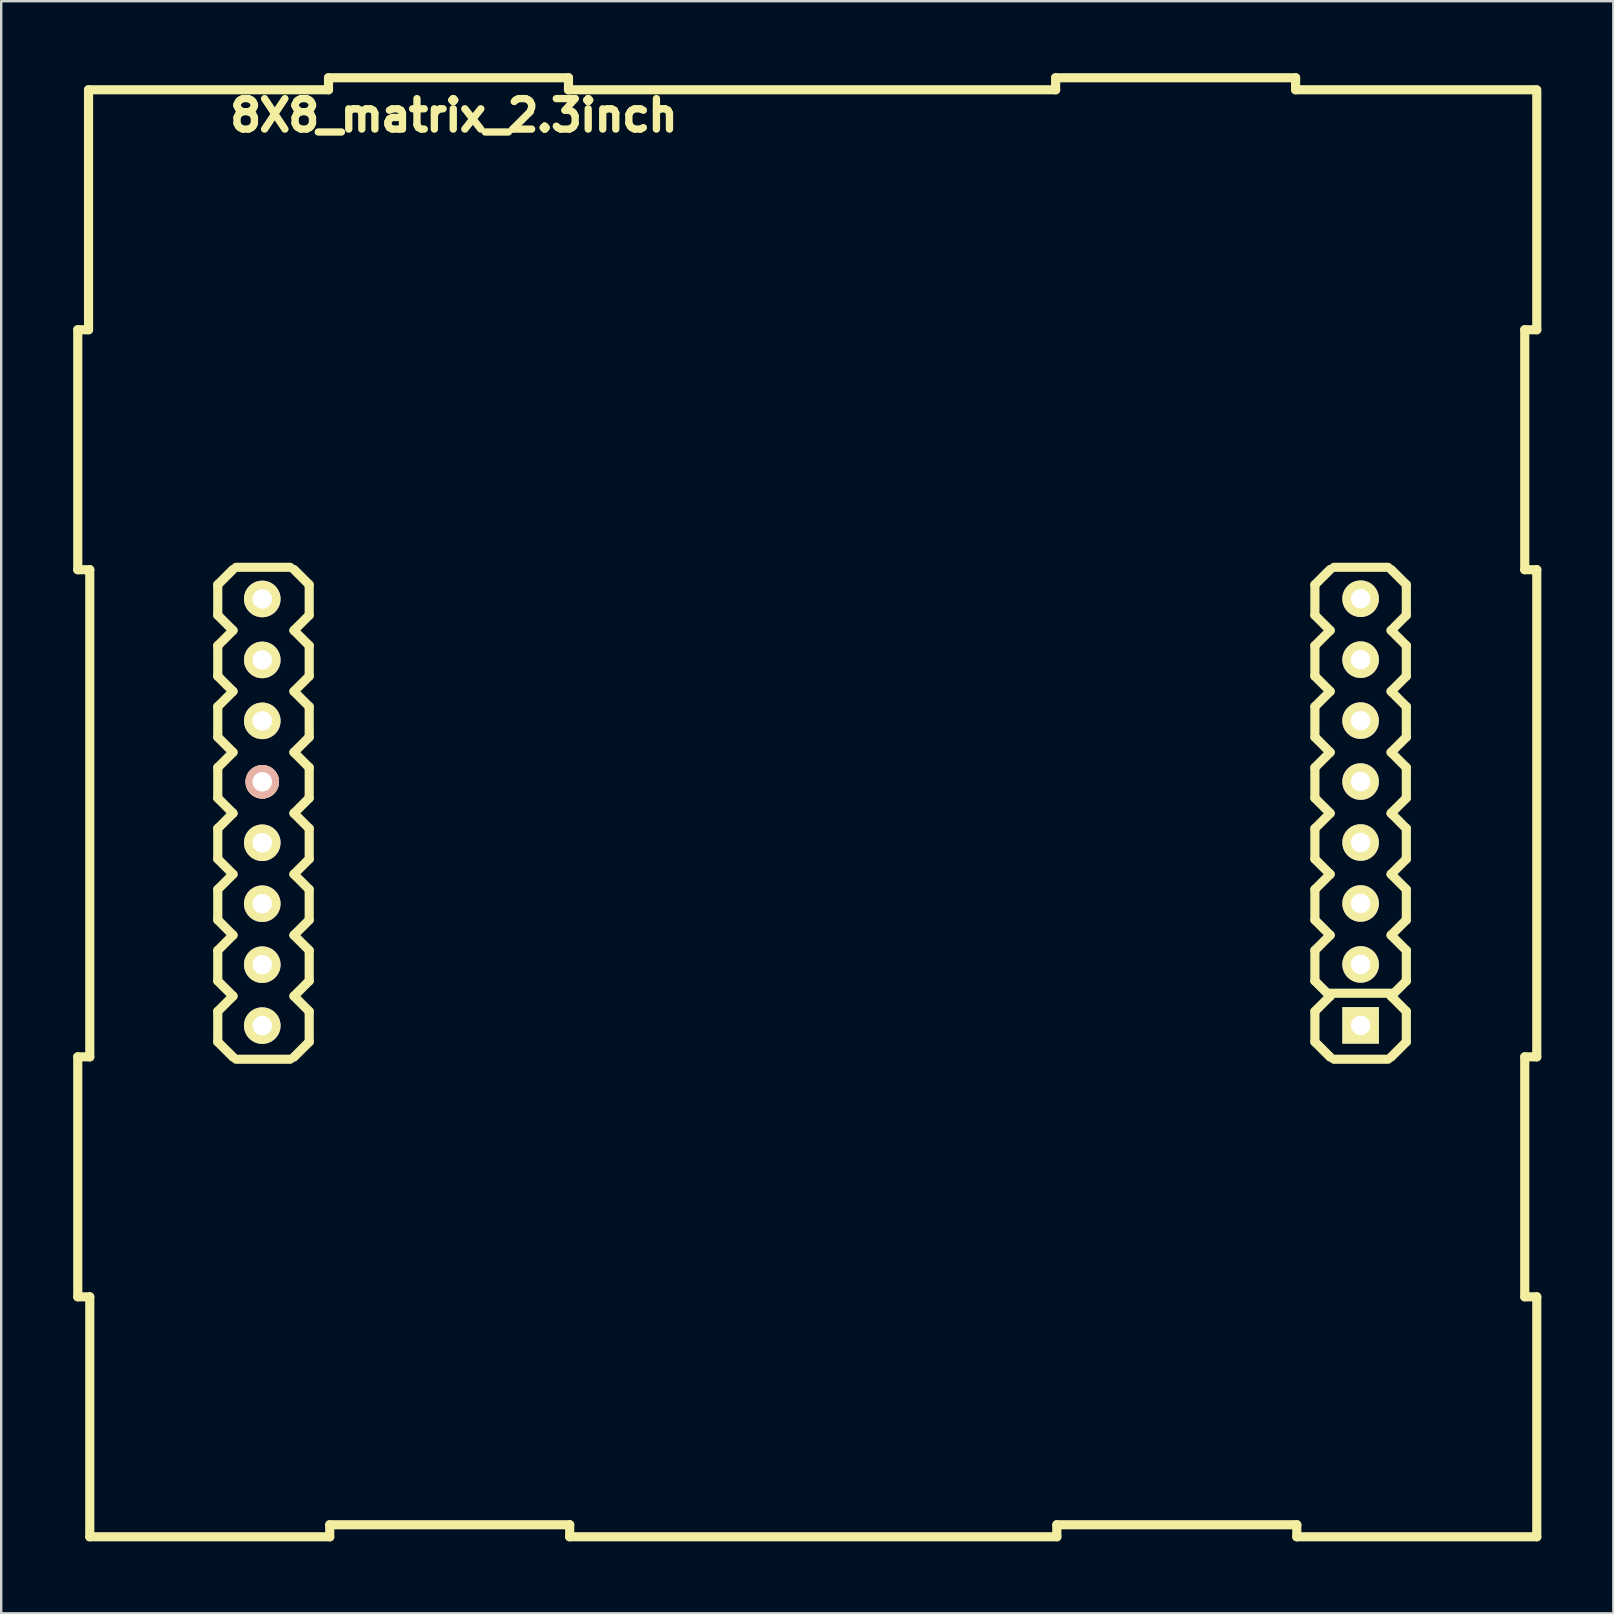
<source format=kicad_pcb>
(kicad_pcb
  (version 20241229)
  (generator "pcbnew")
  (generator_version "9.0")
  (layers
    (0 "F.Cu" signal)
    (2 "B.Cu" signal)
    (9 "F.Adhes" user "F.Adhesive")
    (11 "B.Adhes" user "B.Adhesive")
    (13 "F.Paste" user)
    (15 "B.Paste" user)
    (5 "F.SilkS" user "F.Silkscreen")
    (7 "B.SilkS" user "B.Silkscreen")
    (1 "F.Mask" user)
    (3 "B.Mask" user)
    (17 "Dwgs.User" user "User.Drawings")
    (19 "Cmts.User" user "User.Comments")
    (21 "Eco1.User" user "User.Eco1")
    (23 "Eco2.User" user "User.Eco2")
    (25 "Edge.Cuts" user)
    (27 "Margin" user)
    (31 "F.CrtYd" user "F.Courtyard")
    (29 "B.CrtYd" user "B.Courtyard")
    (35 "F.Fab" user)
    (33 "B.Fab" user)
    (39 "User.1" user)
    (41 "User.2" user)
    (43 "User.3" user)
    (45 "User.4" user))
  (footprint "8X8_matrix_2.3inch"
    (layer "F.Cu")
    (at 30.79 30.841)
    (property "Reference" "8X8_matrix_2.3inch" (at -14.922 -29.083 0) (layer "F.SilkS") (effects (font (size 1.27 1.27) (thickness 0.305))))
    (attr through_hole)
    (fp_line (start -30.599 -20.15) (end -30.599 -10.15) (stroke (width 0.381) (type solid)) (layer "F.SilkS"))
    (fp_line (start -30.599 -10.15) (end -30.099 -10.15) (stroke (width 0.381) (type solid)) (layer "F.SilkS"))
    (fp_line (start -30.599 10.15) (end -30.599 20.15) (stroke (width 0.381) (type solid)) (layer "F.SilkS"))
    (fp_line (start -30.599 20.15) (end -30.099 20.15) (stroke (width 0.381) (type solid)) (layer "F.SilkS"))
    (fp_line (start -30.15 -30.15) (end -30.15 -20.15) (stroke (width 0.381) (type solid)) (layer "F.SilkS"))
    (fp_line (start -30.15 -20.15) (end -30.599 -20.15) (stroke (width 0.381) (type solid)) (layer "F.SilkS"))
    (fp_line (start -30.099 -10.15) (end -30.099 10.15) (stroke (width 0.381) (type solid)) (layer "F.SilkS"))
    (fp_line (start -30.099 10.15) (end -30.599 10.15) (stroke (width 0.381) (type solid)) (layer "F.SilkS"))
    (fp_line (start -30.099 20.15) (end -30.099 30.15) (stroke (width 0.381) (type solid)) (layer "F.SilkS"))
    (fp_line (start -30.099 30.15) (end -20.099 30.15) (stroke (width 0.381) (type solid)) (layer "F.SilkS"))
    (fp_line (start -24.765 -9.525) (end -24.13 -10.16) (stroke (width 0.381) (type solid)) (layer "F.SilkS"))
    (fp_line (start -24.765 -8.255) (end -24.765 -9.525) (stroke (width 0.381) (type solid)) (layer "F.SilkS"))
    (fp_line (start -24.765 -6.985) (end -24.13 -7.62) (stroke (width 0.381) (type solid)) (layer "F.SilkS"))
    (fp_line (start -24.765 -5.715) (end -24.765 -6.985) (stroke (width 0.381) (type solid)) (layer "F.SilkS"))
    (fp_line (start -24.765 -4.445) (end -24.13 -5.08) (stroke (width 0.381) (type solid)) (layer "F.SilkS"))
    (fp_line (start -24.765 -3.175) (end -24.765 -4.445) (stroke (width 0.381) (type solid)) (layer "F.SilkS"))
    (fp_line (start -24.765 -1.905) (end -24.13 -2.54) (stroke (width 0.381) (type solid)) (layer "F.SilkS"))
    (fp_line (start -24.765 -0.635) (end -24.765 -1.905) (stroke (width 0.381) (type solid)) (layer "F.SilkS"))
    (fp_line (start -24.765 0.635) (end -24.13 0) (stroke (width 0.381) (type solid)) (layer "F.SilkS"))
    (fp_line (start -24.765 1.905) (end -24.765 0.635) (stroke (width 0.381) (type solid)) (layer "F.SilkS"))
    (fp_line (start -24.765 3.175) (end -24.13 2.54) (stroke (width 0.381) (type solid)) (layer "F.SilkS"))
    (fp_line (start -24.765 4.445) (end -24.765 3.175) (stroke (width 0.381) (type solid)) (layer "F.SilkS"))
    (fp_line (start -24.765 5.715) (end -24.13 5.08) (stroke (width 0.381) (type solid)) (layer "F.SilkS"))
    (fp_line (start -24.765 6.985) (end -24.765 5.715) (stroke (width 0.381) (type solid)) (layer "F.SilkS"))
    (fp_line (start -24.765 8.255) (end -24.13 7.62) (stroke (width 0.381) (type solid)) (layer "F.SilkS"))
    (fp_line (start -24.765 9.525) (end -24.765 8.255) (stroke (width 0.381) (type solid)) (layer "F.SilkS"))
    (fp_line (start -24.13 -7.62) (end -24.765 -8.255) (stroke (width 0.381) (type solid)) (layer "F.SilkS"))
    (fp_line (start -24.13 -5.08) (end -24.765 -5.715) (stroke (width 0.381) (type solid)) (layer "F.SilkS"))
    (fp_line (start -24.13 -2.54) (end -24.765 -3.175) (stroke (width 0.381) (type solid)) (layer "F.SilkS"))
    (fp_line (start -24.13 0) (end -24.765 -0.635) (stroke (width 0.381) (type solid)) (layer "F.SilkS"))
    (fp_line (start -24.13 2.54) (end -24.765 1.905) (stroke (width 0.381) (type solid)) (layer "F.SilkS"))
    (fp_line (start -24.13 5.08) (end -24.765 4.445) (stroke (width 0.381) (type solid)) (layer "F.SilkS"))
    (fp_line (start -24.13 7.62) (end -24.765 6.985) (stroke (width 0.381) (type solid)) (layer "F.SilkS"))
    (fp_line (start -24.13 10.16) (end -24.765 9.525) (stroke (width 0.381) (type solid)) (layer "F.SilkS"))
    (fp_line (start -24 -10.25) (end -21.75 -10.25) (stroke (width 0.381) (type solid)) (layer "F.SilkS"))
    (fp_line (start -24 10.25) (end -21.75 10.25) (stroke (width 0.381) (type solid)) (layer "F.SilkS"))
    (fp_line (start -21.59 -10.16) (end -20.955 -9.525) (stroke (width 0.381) (type solid)) (layer "F.SilkS"))
    (fp_line (start -21.59 -7.62) (end -20.955 -6.985) (stroke (width 0.381) (type solid)) (layer "F.SilkS"))
    (fp_line (start -21.59 -5.08) (end -20.955 -4.445) (stroke (width 0.381) (type solid)) (layer "F.SilkS"))
    (fp_line (start -21.59 -2.54) (end -20.955 -1.905) (stroke (width 0.381) (type solid)) (layer "F.SilkS"))
    (fp_line (start -21.59 0) (end -20.955 0.635) (stroke (width 0.381) (type solid)) (layer "F.SilkS"))
    (fp_line (start -21.59 2.54) (end -20.955 3.175) (stroke (width 0.381) (type solid)) (layer "F.SilkS"))
    (fp_line (start -21.59 5.08) (end -20.955 5.715) (stroke (width 0.381) (type solid)) (layer "F.SilkS"))
    (fp_line (start -21.59 7.62) (end -20.955 8.255) (stroke (width 0.381) (type solid)) (layer "F.SilkS"))
    (fp_line (start -20.955 -9.525) (end -20.955 -8.255) (stroke (width 0.381) (type solid)) (layer "F.SilkS"))
    (fp_line (start -20.955 -8.255) (end -21.59 -7.62) (stroke (width 0.381) (type solid)) (layer "F.SilkS"))
    (fp_line (start -20.955 -6.985) (end -20.955 -5.715) (stroke (width 0.381) (type solid)) (layer "F.SilkS"))
    (fp_line (start -20.955 -5.715) (end -21.59 -5.08) (stroke (width 0.381) (type solid)) (layer "F.SilkS"))
    (fp_line (start -20.955 -4.445) (end -20.955 -3.175) (stroke (width 0.381) (type solid)) (layer "F.SilkS"))
    (fp_line (start -20.955 -3.175) (end -21.59 -2.54) (stroke (width 0.381) (type solid)) (layer "F.SilkS"))
    (fp_line (start -20.955 -1.905) (end -20.955 -0.635) (stroke (width 0.381) (type solid)) (layer "F.SilkS"))
    (fp_line (start -20.955 -0.635) (end -21.59 0) (stroke (width 0.381) (type solid)) (layer "F.SilkS"))
    (fp_line (start -20.955 0.635) (end -20.955 1.905) (stroke (width 0.381) (type solid)) (layer "F.SilkS"))
    (fp_line (start -20.955 1.905) (end -21.59 2.54) (stroke (width 0.381) (type solid)) (layer "F.SilkS"))
    (fp_line (start -20.955 3.175) (end -20.955 4.445) (stroke (width 0.381) (type solid)) (layer "F.SilkS"))
    (fp_line (start -20.955 4.445) (end -21.59 5.08) (stroke (width 0.381) (type solid)) (layer "F.SilkS"))
    (fp_line (start -20.955 5.715) (end -20.955 6.985) (stroke (width 0.381) (type solid)) (layer "F.SilkS"))
    (fp_line (start -20.955 6.985) (end -21.59 7.62) (stroke (width 0.381) (type solid)) (layer "F.SilkS"))
    (fp_line (start -20.955 8.255) (end -20.955 9.525) (stroke (width 0.381) (type solid)) (layer "F.SilkS"))
    (fp_line (start -20.955 9.525) (end -21.59 10.16) (stroke (width 0.381) (type solid)) (layer "F.SilkS"))
    (fp_line (start -20.15 -30.65) (end -20.15 -30.15) (stroke (width 0.381) (type solid)) (layer "F.SilkS"))
    (fp_line (start -20.15 -30.15) (end -30.15 -30.15) (stroke (width 0.381) (type solid)) (layer "F.SilkS"))
    (fp_line (start -20.099 29.649) (end -10.099 29.649) (stroke (width 0.381) (type solid)) (layer "F.SilkS"))
    (fp_line (start -20.099 30.15) (end -20.099 29.649) (stroke (width 0.381) (type solid)) (layer "F.SilkS"))
    (fp_line (start -10.15 -30.65) (end -20.15 -30.65) (stroke (width 0.381) (type solid)) (layer "F.SilkS"))
    (fp_line (start -10.15 -30.15) (end -10.15 -30.65) (stroke (width 0.381) (type solid)) (layer "F.SilkS"))
    (fp_line (start -10.099 29.649) (end -10.099 30.15) (stroke (width 0.381) (type solid)) (layer "F.SilkS"))
    (fp_line (start -10.099 30.15) (end 10.201 30.15) (stroke (width 0.381) (type solid)) (layer "F.SilkS"))
    (fp_line (start 10.15 -30.65) (end 10.15 -30.15) (stroke (width 0.381) (type solid)) (layer "F.SilkS"))
    (fp_line (start 10.15 -30.15) (end -10.15 -30.15) (stroke (width 0.381) (type solid)) (layer "F.SilkS"))
    (fp_line (start 10.201 29.649) (end 20.201 29.649) (stroke (width 0.381) (type solid)) (layer "F.SilkS"))
    (fp_line (start 10.201 30.15) (end 10.201 29.649) (stroke (width 0.381) (type solid)) (layer "F.SilkS"))
    (fp_line (start 20.15 -30.65) (end 10.15 -30.65) (stroke (width 0.381) (type solid)) (layer "F.SilkS"))
    (fp_line (start 20.15 -30.15) (end 20.15 -30.65) (stroke (width 0.381) (type solid)) (layer "F.SilkS"))
    (fp_line (start 20.201 29.649) (end 20.201 30.15) (stroke (width 0.381) (type solid)) (layer "F.SilkS"))
    (fp_line (start 20.201 30.15) (end 30.201 30.15) (stroke (width 0.381) (type solid)) (layer "F.SilkS"))
    (fp_line (start 20.955 -9.525) (end 21.59 -10.16) (stroke (width 0.381) (type solid)) (layer "F.SilkS"))
    (fp_line (start 20.955 -8.255) (end 20.955 -9.525) (stroke (width 0.381) (type solid)) (layer "F.SilkS"))
    (fp_line (start 20.955 -6.985) (end 21.59 -7.62) (stroke (width 0.381) (type solid)) (layer "F.SilkS"))
    (fp_line (start 20.955 -5.715) (end 20.955 -6.985) (stroke (width 0.381) (type solid)) (layer "F.SilkS"))
    (fp_line (start 20.955 -4.445) (end 21.59 -5.08) (stroke (width 0.381) (type solid)) (layer "F.SilkS"))
    (fp_line (start 20.955 -3.175) (end 20.955 -4.445) (stroke (width 0.381) (type solid)) (layer "F.SilkS"))
    (fp_line (start 20.955 -1.905) (end 21.59 -2.54) (stroke (width 0.381) (type solid)) (layer "F.SilkS"))
    (fp_line (start 20.955 -0.635) (end 20.955 -1.905) (stroke (width 0.381) (type solid)) (layer "F.SilkS"))
    (fp_line (start 20.955 0.635) (end 21.59 0) (stroke (width 0.381) (type solid)) (layer "F.SilkS"))
    (fp_line (start 20.955 1.905) (end 20.955 0.635) (stroke (width 0.381) (type solid)) (layer "F.SilkS"))
    (fp_line (start 20.955 3.175) (end 21.59 2.54) (stroke (width 0.381) (type solid)) (layer "F.SilkS"))
    (fp_line (start 20.955 4.445) (end 20.955 3.175) (stroke (width 0.381) (type solid)) (layer "F.SilkS"))
    (fp_line (start 20.955 5.715) (end 21.59 5.08) (stroke (width 0.381) (type solid)) (layer "F.SilkS"))
    (fp_line (start 20.955 6.985) (end 20.955 5.715) (stroke (width 0.381) (type solid)) (layer "F.SilkS"))
    (fp_line (start 20.955 8.255) (end 21.59 7.62) (stroke (width 0.381) (type solid)) (layer "F.SilkS"))
    (fp_line (start 20.955 9.525) (end 20.955 8.255) (stroke (width 0.381) (type solid)) (layer "F.SilkS"))
    (fp_line (start 21.5 7.5) (end 24.25 7.5) (stroke (width 0.381) (type solid)) (layer "F.SilkS"))
    (fp_line (start 21.59 -7.62) (end 20.955 -8.255) (stroke (width 0.381) (type solid)) (layer "F.SilkS"))
    (fp_line (start 21.59 -5.08) (end 20.955 -5.715) (stroke (width 0.381) (type solid)) (layer "F.SilkS"))
    (fp_line (start 21.59 -2.54) (end 20.955 -3.175) (stroke (width 0.381) (type solid)) (layer "F.SilkS"))
    (fp_line (start 21.59 0) (end 20.955 -0.635) (stroke (width 0.381) (type solid)) (layer "F.SilkS"))
    (fp_line (start 21.59 2.54) (end 20.955 1.905) (stroke (width 0.381) (type solid)) (layer "F.SilkS"))
    (fp_line (start 21.59 5.08) (end 20.955 4.445) (stroke (width 0.381) (type solid)) (layer "F.SilkS"))
    (fp_line (start 21.59 7.62) (end 20.955 6.985) (stroke (width 0.381) (type solid)) (layer "F.SilkS"))
    (fp_line (start 21.59 10.16) (end 20.955 9.525) (stroke (width 0.381) (type solid)) (layer "F.SilkS"))
    (fp_line (start 21.75 -10.25) (end 24 -10.25) (stroke (width 0.381) (type solid)) (layer "F.SilkS"))
    (fp_line (start 21.75 10.25) (end 24 10.25) (stroke (width 0.381) (type solid)) (layer "F.SilkS"))
    (fp_line (start 24.13 -10.16) (end 24.765 -9.525) (stroke (width 0.381) (type solid)) (layer "F.SilkS"))
    (fp_line (start 24.13 -7.62) (end 24.765 -6.985) (stroke (width 0.381) (type solid)) (layer "F.SilkS"))
    (fp_line (start 24.13 -5.08) (end 24.765 -4.445) (stroke (width 0.381) (type solid)) (layer "F.SilkS"))
    (fp_line (start 24.13 -2.54) (end 24.765 -1.905) (stroke (width 0.381) (type solid)) (layer "F.SilkS"))
    (fp_line (start 24.13 0) (end 24.765 0.635) (stroke (width 0.381) (type solid)) (layer "F.SilkS"))
    (fp_line (start 24.13 2.54) (end 24.765 3.175) (stroke (width 0.381) (type solid)) (layer "F.SilkS"))
    (fp_line (start 24.13 5.08) (end 24.765 5.715) (stroke (width 0.381) (type solid)) (layer "F.SilkS"))
    (fp_line (start 24.13 7.62) (end 24.765 8.255) (stroke (width 0.381) (type solid)) (layer "F.SilkS"))
    (fp_line (start 24.765 -9.525) (end 24.765 -8.255) (stroke (width 0.381) (type solid)) (layer "F.SilkS"))
    (fp_line (start 24.765 -8.255) (end 24.13 -7.62) (stroke (width 0.381) (type solid)) (layer "F.SilkS"))
    (fp_line (start 24.765 -6.985) (end 24.765 -5.715) (stroke (width 0.381) (type solid)) (layer "F.SilkS"))
    (fp_line (start 24.765 -5.715) (end 24.13 -5.08) (stroke (width 0.381) (type solid)) (layer "F.SilkS"))
    (fp_line (start 24.765 -4.445) (end 24.765 -3.175) (stroke (width 0.381) (type solid)) (layer "F.SilkS"))
    (fp_line (start 24.765 -3.175) (end 24.13 -2.54) (stroke (width 0.381) (type solid)) (layer "F.SilkS"))
    (fp_line (start 24.765 -1.905) (end 24.765 -0.635) (stroke (width 0.381) (type solid)) (layer "F.SilkS"))
    (fp_line (start 24.765 -0.635) (end 24.13 0) (stroke (width 0.381) (type solid)) (layer "F.SilkS"))
    (fp_line (start 24.765 0.635) (end 24.765 1.905) (stroke (width 0.381) (type solid)) (layer "F.SilkS"))
    (fp_line (start 24.765 1.905) (end 24.13 2.54) (stroke (width 0.381) (type solid)) (layer "F.SilkS"))
    (fp_line (start 24.765 3.175) (end 24.765 4.445) (stroke (width 0.381) (type solid)) (layer "F.SilkS"))
    (fp_line (start 24.765 4.445) (end 24.13 5.08) (stroke (width 0.381) (type solid)) (layer "F.SilkS"))
    (fp_line (start 24.765 5.715) (end 24.765 6.985) (stroke (width 0.381) (type solid)) (layer "F.SilkS"))
    (fp_line (start 24.765 6.985) (end 24.13 7.62) (stroke (width 0.381) (type solid)) (layer "F.SilkS"))
    (fp_line (start 24.765 8.255) (end 24.765 9.525) (stroke (width 0.381) (type solid)) (layer "F.SilkS"))
    (fp_line (start 24.765 9.525) (end 24.13 10.16) (stroke (width 0.381) (type solid)) (layer "F.SilkS"))
    (fp_line (start 29.7 -20.15) (end 30.201 -20.15) (stroke (width 0.381) (type solid)) (layer "F.SilkS"))
    (fp_line (start 29.7 -10.15) (end 29.7 -20.15) (stroke (width 0.381) (type solid)) (layer "F.SilkS"))
    (fp_line (start 29.7 10.15) (end 30.201 10.15) (stroke (width 0.381) (type solid)) (layer "F.SilkS"))
    (fp_line (start 29.7 20.15) (end 29.7 10.15) (stroke (width 0.381) (type solid)) (layer "F.SilkS"))
    (fp_line (start 30.15 -30.15) (end 20.15 -30.15) (stroke (width 0.381) (type solid)) (layer "F.SilkS"))
    (fp_line (start 30.201 -20.15) (end 30.201 -30.15) (stroke (width 0.381) (type solid)) (layer "F.SilkS"))
    (fp_line (start 30.201 -10.15) (end 29.7 -10.15) (stroke (width 0.381) (type solid)) (layer "F.SilkS"))
    (fp_line (start 30.201 10.15) (end 30.201 -10.15) (stroke (width 0.381) (type solid)) (layer "F.SilkS"))
    (fp_line (start 30.201 20.15) (end 29.7 20.15) (stroke (width 0.381) (type solid)) (layer "F.SilkS"))
    (fp_line (start 30.201 30.15) (end 30.201 20.15) (stroke (width 0.381) (type solid)) (layer "F.SilkS"))
    (pad "1" thru_hole rect (at 22.86 8.839) (size 1.524 1.524) (drill 0.813) (layers "*.Cu" "*.Mask" "F.SilkS"))
    (pad "2" thru_hole circle (at 22.86 6.299) (size 1.524 1.524) (drill 0.813) (layers "*.Cu" "*.Mask" "F.SilkS"))
    (pad "3" thru_hole circle (at 22.86 3.759) (size 1.524 1.524) (drill 0.813) (layers "*.Cu" "*.Mask" "F.SilkS"))
    (pad "4" thru_hole circle (at 22.86 1.219) (size 1.524 1.524) (drill 0.813) (layers "*.Cu" "*.Mask" "F.SilkS"))
    (pad "5" thru_hole circle (at 22.86 -1.321) (size 1.524 1.524) (drill 0.813) (layers "*.Cu" "*.Mask" "F.SilkS"))
    (pad "6" thru_hole circle (at 22.86 -3.861) (size 1.524 1.524) (drill 0.813) (layers "*.Cu" "*.Mask" "F.SilkS"))
    (pad "7" thru_hole circle (at 22.86 -6.401) (size 1.524 1.524) (drill 0.813) (layers "*.Cu" "*.Mask" "F.SilkS"))
    (pad "8" thru_hole circle (at 22.86 -8.941) (size 1.524 1.524) (drill 0.813) (layers "*.Cu" "*.Mask" "F.SilkS"))
    (pad "9" thru_hole circle (at -22.911 -8.931) (size 1.524 1.524) (drill 0.813) (layers "*.Cu" "*.Mask" "F.SilkS"))
    (pad "10" thru_hole circle (at -22.911 -6.391) (size 1.524 1.524) (drill 0.813) (layers "*.Cu" "*.Mask" "F.SilkS"))
    (pad "11" thru_hole circle (at -22.911 -3.851) (size 1.524 1.524) (drill 0.813) (layers "*.Cu" "*.Mask" "F.SilkS"))
    (pad "12" thru_hole circle (at -22.911 -1.311) (size 1.397 1.397) (drill 0.813) (layers "*.Cu" "*.SilkS" "*.Mask"))
    (pad "13" thru_hole circle (at -22.911 1.229) (size 1.524 1.524) (drill 0.813) (layers "*.Cu" "*.Mask" "F.SilkS"))
    (pad "14" thru_hole circle (at -22.911 3.769) (size 1.524 1.524) (drill 0.813) (layers "*.Cu" "*.Mask" "F.SilkS"))
    (pad "15" thru_hole circle (at -22.911 6.309) (size 1.524 1.524) (drill 0.813) (layers "*.Cu" "*.Mask" "F.SilkS"))
    (pad "16" thru_hole circle (at -22.911 8.849) (size 1.524 1.524) (drill 0.813) (layers "*.Cu" "*.Mask" "F.SilkS")))
  (gr_rect
    (start -3 -3)
    (end 64.181 64.181)
    (stroke (width 0.1) (type default))
    (fill no)
    (layer "Edge.Cuts")))
</source>
